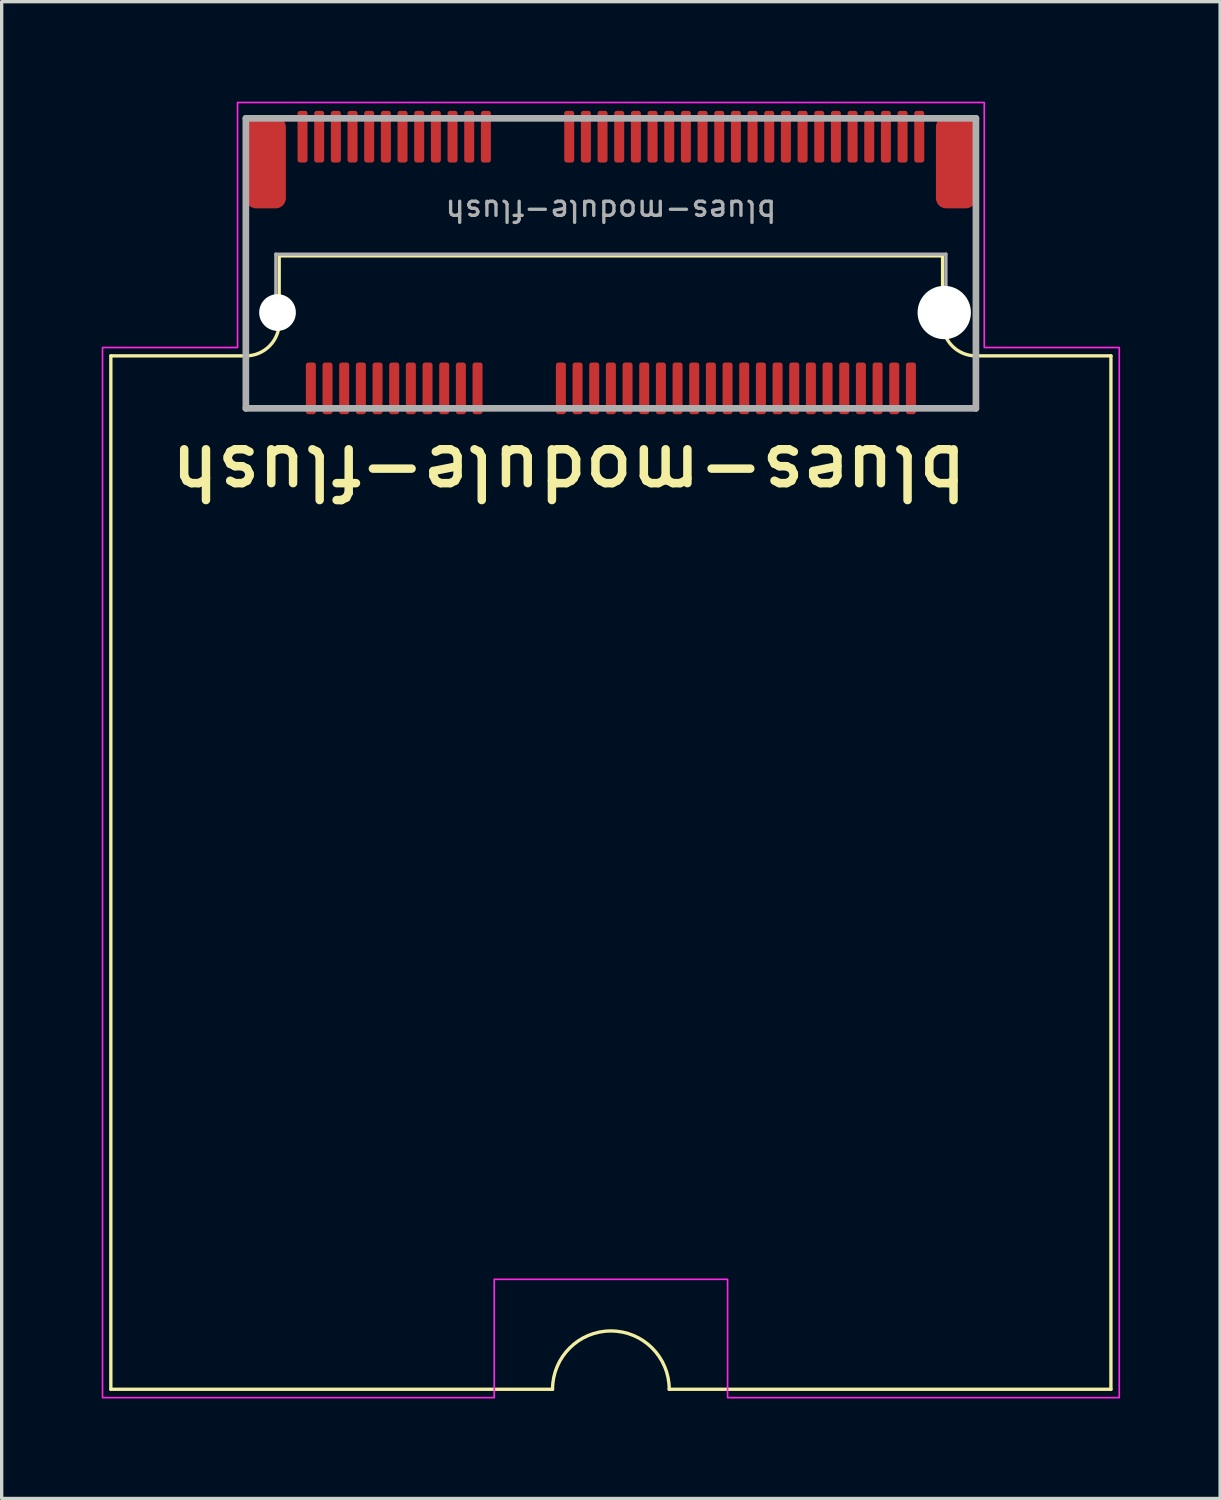
<source format=kicad_pcb>
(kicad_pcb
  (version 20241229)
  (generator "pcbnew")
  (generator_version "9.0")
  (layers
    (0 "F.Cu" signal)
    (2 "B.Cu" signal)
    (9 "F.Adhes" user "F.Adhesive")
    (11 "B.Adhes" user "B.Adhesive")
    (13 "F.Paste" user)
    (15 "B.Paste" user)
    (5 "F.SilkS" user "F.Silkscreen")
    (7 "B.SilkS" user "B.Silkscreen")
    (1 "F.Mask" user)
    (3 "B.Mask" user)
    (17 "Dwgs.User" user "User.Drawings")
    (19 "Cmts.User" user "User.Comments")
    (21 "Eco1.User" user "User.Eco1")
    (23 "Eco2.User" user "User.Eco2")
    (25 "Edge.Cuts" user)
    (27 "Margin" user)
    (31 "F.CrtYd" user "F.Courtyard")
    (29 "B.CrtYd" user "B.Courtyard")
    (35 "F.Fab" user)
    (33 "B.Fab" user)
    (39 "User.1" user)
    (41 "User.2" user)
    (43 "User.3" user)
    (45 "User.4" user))
  (footprint "blues-module-flush"
    (layer "F.Cu")
    (at 15.275 4.825)
    (property "Reference" "blues-module-flush" (at 10.808 5.402 180) (unlocked yes) (layer "F.SilkS") (effects (font (size 1.524 1.524) (thickness 0.254)) (justify left bottom)))
    (fp_line (start -15 2.8) (end -10.95 2.8) (stroke (width 0.1) (type default)) (layer "F.SilkS"))
    (fp_line (start -15 33.8) (end -15 2.8) (stroke (width 0.1) (type default)) (layer "F.SilkS"))
    (fp_line (start -10.95 -1.5) (end -10.95 4.35) (stroke (width 0.15) (type default)) (layer "F.SilkS"))
    (fp_line (start -10.95 4.35) (end -9.25 4.35) (stroke (width 0.15) (type default)) (layer "F.SilkS"))
    (fp_line (start -9.95 -0.2) (end 9.95 -0.2) (stroke (width 0.1) (type default)) (layer "F.SilkS"))
    (fp_line (start -9.95 1.8) (end -9.95 -0.2) (stroke (width 0.1) (type default)) (layer "F.SilkS"))
    (fp_line (start -3.75 4.35) (end -1.75 4.35) (stroke (width 0.15) (type default)) (layer "F.SilkS"))
    (fp_line (start -3.5 -4.35) (end -1.5 -4.35) (stroke (width 0.15) (type default)) (layer "F.SilkS"))
    (fp_line (start -1.75 33.8) (end -15 33.8) (stroke (width 0.1) (type default)) (layer "F.SilkS"))
    (fp_line (start 9.25 4.35) (end 10.95 4.35) (stroke (width 0.15) (type default)) (layer "F.SilkS"))
    (fp_line (start 9.95 -0.2) (end 9.95 1.8) (stroke (width 0.1) (type default)) (layer "F.SilkS"))
    (fp_line (start 10.95 2.8) (end 15 2.8) (stroke (width 0.1) (type default)) (layer "F.SilkS"))
    (fp_line (start 10.95 4.35) (end 10.95 -1.5) (stroke (width 0.15) (type default)) (layer "F.SilkS"))
    (fp_line (start 15 2.8) (end 15 33.8) (stroke (width 0.1) (type default)) (layer "F.SilkS"))
    (fp_line (start 15 33.8) (end 1.75 33.8) (stroke (width 0.1) (type default)) (layer "F.SilkS"))
    (fp_arc (start -9.95 1.8) (mid -10.242893 2.507107) (end -10.95 2.8) (stroke (width 0.1) (type default)) (layer "F.SilkS"))
    (fp_arc (start -1.75 33.8) (mid 0 32.05) (end 1.75 33.8) (stroke (width 0.1) (type default)) (layer "F.SilkS"))
    (fp_arc (start 10.95 2.8) (mid 10.242893 2.507107) (end 9.95 1.8) (stroke (width 0.1) (type default)) (layer "F.SilkS"))
    (fp_poly (pts (xy 15.25 34.05) (xy 3.5 34.05) (xy 3.5 30.5) (xy -3.5 30.5) (xy -3.5 34.05) (xy -15.25 34.05) (xy -15.25 2.55) (xy -11.2 2.55) (xy -11.2 -4.8) (xy 11.2 -4.8) (xy 11.2 2.55) (xy 15.25 2.55)) (stroke (width 0.05) (type solid)) (fill no) (layer "F.CrtYd"))
    (fp_line (start -10.95 -4.326) (end -10.95 4.374) (stroke (width 0.2) (type solid)) (layer "F.Fab"))
    (fp_line (start -10.05 -0.25) (end -10.05 1.5) (stroke (width 0.1) (type default)) (layer "F.Fab"))
    (fp_line (start 10.05 -0.25) (end -10.05 -0.25) (stroke (width 0.1) (type default)) (layer "F.Fab"))
    (fp_line (start 10.05 1.5) (end 10.05 -0.25) (stroke (width 0.1) (type default)) (layer "F.Fab"))
    (fp_line (start 10.95 -4.326) (end -10.95 -4.326) (stroke (width 0.2) (type solid)) (layer "F.Fab"))
    (fp_line (start 10.95 -4.326) (end 10.95 4.374) (stroke (width 0.2) (type solid)) (layer "F.Fab"))
    (fp_line (start 10.95 4.374) (end -10.95 4.374) (stroke (width 0.2) (type solid)) (layer "F.Fab"))
    (fp_text user "${REFERENCE}" (at 0 -1.55 180) (unlocked yes) (layer "F.Fab") (effects (font (size 0.635 0.635) (thickness 0.1))))
    (pad "" smd roundrect (at -10.35 -3) (size 1.2 2.75) (layers "F.Cu" "F.Mask" "F.Paste") (roundrect_rratio 0.25))
    (pad "" np_thru_hole circle (at -10 1.5) (size 1.1 1.1) (drill 1.1) (layers "*.Cu" "*.Mask"))
    (pad "" np_thru_hole circle (at 10 1.5) (size 1.6 1.6) (drill 1.6) (layers "*.Cu" "*.Mask"))
    (pad "" smd roundrect (at 10.35 -3) (size 1.2 2.75) (layers "F.Cu" "F.Mask" "F.Paste") (roundrect_rratio 0.25))
    (pad "1" smd roundrect (at -9.25 -3.775) (size 0.3 1.55) (layers "F.Cu" "F.Mask" "F.Paste") (roundrect_rratio 0.25))
    (pad "2" smd roundrect (at -9 3.775) (size 0.3 1.55) (layers "F.Cu" "F.Mask" "F.Paste") (roundrect_rratio 0.25))
    (pad "3" smd roundrect (at -8.75 -3.775) (size 0.3 1.55) (layers "F.Cu" "F.Mask" "F.Paste") (roundrect_rratio 0.25))
    (pad "4" smd roundrect (at -8.5 3.775) (size 0.3 1.55) (layers "F.Cu" "F.Mask" "F.Paste") (roundrect_rratio 0.25))
    (pad "5" smd roundrect (at -8.25 -3.775) (size 0.3 1.55) (layers "F.Cu" "F.Mask" "F.Paste") (roundrect_rratio 0.25))
    (pad "6" smd roundrect (at -8 3.775) (size 0.3 1.55) (layers "F.Cu" "F.Mask" "F.Paste") (roundrect_rratio 0.25))
    (pad "7" smd roundrect (at -7.75 -3.775) (size 0.3 1.55) (layers "F.Cu" "F.Mask" "F.Paste") (roundrect_rratio 0.25))
    (pad "8" smd roundrect (at -7.5 3.775) (size 0.3 1.55) (layers "F.Cu" "F.Mask" "F.Paste") (roundrect_rratio 0.25))
    (pad "9" smd roundrect (at -7.25 -3.775) (size 0.3 1.55) (layers "F.Cu" "F.Mask" "F.Paste") (roundrect_rratio 0.25))
    (pad "10" smd roundrect (at -7 3.775) (size 0.3 1.55) (layers "F.Cu" "F.Mask" "F.Paste") (roundrect_rratio 0.25))
    (pad "11" smd roundrect (at -6.75 -3.775) (size 0.3 1.55) (layers "F.Cu" "F.Mask" "F.Paste") (roundrect_rratio 0.25))
    (pad "12" smd roundrect (at -6.5 3.775) (size 0.3 1.55) (layers "F.Cu" "F.Mask" "F.Paste") (roundrect_rratio 0.25))
    (pad "13" smd roundrect (at -6.25 -3.775) (size 0.3 1.55) (layers "F.Cu" "F.Mask" "F.Paste") (roundrect_rratio 0.25))
    (pad "14" smd roundrect (at -6 3.775) (size 0.3 1.55) (layers "F.Cu" "F.Mask" "F.Paste") (roundrect_rratio 0.25))
    (pad "15" smd roundrect (at -5.75 -3.775) (size 0.3 1.55) (layers "F.Cu" "F.Mask" "F.Paste") (roundrect_rratio 0.25))
    (pad "16" smd roundrect (at -5.5 3.775) (size 0.3 1.55) (layers "F.Cu" "F.Mask" "F.Paste") (roundrect_rratio 0.25))
    (pad "17" smd roundrect (at -5.25 -3.775) (size 0.3 1.55) (layers "F.Cu" "F.Mask" "F.Paste") (roundrect_rratio 0.25))
    (pad "18" smd roundrect (at -5 3.775) (size 0.3 1.55) (layers "F.Cu" "F.Mask" "F.Paste") (roundrect_rratio 0.25))
    (pad "19" smd roundrect (at -4.75 -3.775) (size 0.3 1.55) (layers "F.Cu" "F.Mask" "F.Paste") (roundrect_rratio 0.25))
    (pad "20" smd roundrect (at -4.5 3.775) (size 0.3 1.55) (layers "F.Cu" "F.Mask" "F.Paste") (roundrect_rratio 0.25))
    (pad "21" smd roundrect (at -4.25 -3.775) (size 0.3 1.55) (layers "F.Cu" "F.Mask" "F.Paste") (roundrect_rratio 0.25))
    (pad "22" smd roundrect (at -4 3.775) (size 0.3 1.55) (layers "F.Cu" "F.Mask" "F.Paste") (roundrect_rratio 0.25))
    (pad "23" smd roundrect (at -3.75 -3.775) (size 0.3 1.55) (layers "F.Cu" "F.Mask" "F.Paste") (roundrect_rratio 0.25))
    (pad "32" smd roundrect (at -1.5 3.775) (size 0.3 1.55) (layers "F.Cu" "F.Mask" "F.Paste") (roundrect_rratio 0.25))
    (pad "33" smd roundrect (at -1.25 -3.775) (size 0.3 1.55) (layers "F.Cu" "F.Mask" "F.Paste") (roundrect_rratio 0.25))
    (pad "34" smd roundrect (at -1 3.775) (size 0.3 1.55) (layers "F.Cu" "F.Mask" "F.Paste") (roundrect_rratio 0.25))
    (pad "35" smd roundrect (at -0.75 -3.775) (size 0.3 1.55) (layers "F.Cu" "F.Mask" "F.Paste") (roundrect_rratio 0.25))
    (pad "36" smd roundrect (at -0.5 3.775) (size 0.3 1.55) (layers "F.Cu" "F.Mask" "F.Paste") (roundrect_rratio 0.25))
    (pad "37" smd roundrect (at -0.25 -3.775) (size 0.3 1.55) (layers "F.Cu" "F.Mask" "F.Paste") (roundrect_rratio 0.25))
    (pad "38" smd roundrect (at 0 3.775) (size 0.3 1.55) (layers "F.Cu" "F.Mask" "F.Paste") (roundrect_rratio 0.25))
    (pad "39" smd roundrect (at 0.25 -3.775) (size 0.3 1.55) (layers "F.Cu" "F.Mask" "F.Paste") (roundrect_rratio 0.25))
    (pad "40" smd roundrect (at 0.5 3.775) (size 0.3 1.55) (layers "F.Cu" "F.Mask" "F.Paste") (roundrect_rratio 0.25))
    (pad "41" smd roundrect (at 0.75 -3.775) (size 0.3 1.55) (layers "F.Cu" "F.Mask" "F.Paste") (roundrect_rratio 0.25))
    (pad "42" smd roundrect (at 1 3.775) (size 0.3 1.55) (layers "F.Cu" "F.Mask" "F.Paste") (roundrect_rratio 0.25))
    (pad "43" smd roundrect (at 1.25 -3.775) (size 0.3 1.55) (layers "F.Cu" "F.Mask" "F.Paste") (roundrect_rratio 0.25))
    (pad "44" smd roundrect (at 1.5 3.775) (size 0.3 1.55) (layers "F.Cu" "F.Mask" "F.Paste") (roundrect_rratio 0.25))
    (pad "45" smd roundrect (at 1.75 -3.775) (size 0.3 1.55) (layers "F.Cu" "F.Mask" "F.Paste") (roundrect_rratio 0.25))
    (pad "46" smd roundrect (at 2 3.775) (size 0.3 1.55) (layers "F.Cu" "F.Mask" "F.Paste") (roundrect_rratio 0.25))
    (pad "47" smd roundrect (at 2.25 -3.775) (size 0.3 1.55) (layers "F.Cu" "F.Mask" "F.Paste") (roundrect_rratio 0.25))
    (pad "48" smd roundrect (at 2.5 3.775) (size 0.3 1.55) (layers "F.Cu" "F.Mask" "F.Paste") (roundrect_rratio 0.25))
    (pad "49" smd roundrect (at 2.75 -3.775) (size 0.3 1.55) (layers "F.Cu" "F.Mask" "F.Paste") (roundrect_rratio 0.25))
    (pad "50" smd roundrect (at 3 3.775) (size 0.3 1.55) (layers "F.Cu" "F.Mask" "F.Paste") (roundrect_rratio 0.25))
    (pad "51" smd roundrect (at 3.25 -3.775) (size 0.3 1.55) (layers "F.Cu" "F.Mask" "F.Paste") (roundrect_rratio 0.25))
    (pad "52" smd roundrect (at 3.5 3.775) (size 0.3 1.55) (layers "F.Cu" "F.Mask" "F.Paste") (roundrect_rratio 0.25))
    (pad "53" smd roundrect (at 3.75 -3.775) (size 0.3 1.55) (layers "F.Cu" "F.Mask" "F.Paste") (roundrect_rratio 0.25))
    (pad "54" smd roundrect (at 4 3.775) (size 0.3 1.55) (layers "F.Cu" "F.Mask" "F.Paste") (roundrect_rratio 0.25))
    (pad "55" smd roundrect (at 4.25 -3.775) (size 0.3 1.55) (layers "F.Cu" "F.Mask" "F.Paste") (roundrect_rratio 0.25))
    (pad "56" smd roundrect (at 4.5 3.775) (size 0.3 1.55) (layers "F.Cu" "F.Mask" "F.Paste") (roundrect_rratio 0.25))
    (pad "57" smd roundrect (at 4.75 -3.775) (size 0.3 1.55) (layers "F.Cu" "F.Mask" "F.Paste") (roundrect_rratio 0.25))
    (pad "58" smd roundrect (at 5 3.775) (size 0.3 1.55) (layers "F.Cu" "F.Mask" "F.Paste") (roundrect_rratio 0.25))
    (pad "59" smd roundrect (at 5.25 -3.775) (size 0.3 1.55) (layers "F.Cu" "F.Mask" "F.Paste") (roundrect_rratio 0.25))
    (pad "60" smd roundrect (at 5.5 3.775) (size 0.3 1.55) (layers "F.Cu" "F.Mask" "F.Paste") (roundrect_rratio 0.25))
    (pad "61" smd roundrect (at 5.75 -3.775) (size 0.3 1.55) (layers "F.Cu" "F.Mask" "F.Paste") (roundrect_rratio 0.25))
    (pad "62" smd roundrect (at 6 3.775) (size 0.3 1.55) (layers "F.Cu" "F.Mask" "F.Paste") (roundrect_rratio 0.25))
    (pad "63" smd roundrect (at 6.25 -3.775) (size 0.3 1.55) (layers "F.Cu" "F.Mask" "F.Paste") (roundrect_rratio 0.25))
    (pad "64" smd roundrect (at 6.5 3.775) (size 0.3 1.55) (layers "F.Cu" "F.Mask" "F.Paste") (roundrect_rratio 0.25))
    (pad "65" smd roundrect (at 6.75 -3.775) (size 0.3 1.55) (layers "F.Cu" "F.Mask" "F.Paste") (roundrect_rratio 0.25))
    (pad "66" smd roundrect (at 7 3.775) (size 0.3 1.55) (layers "F.Cu" "F.Mask" "F.Paste") (roundrect_rratio 0.25))
    (pad "67" smd roundrect (at 7.25 -3.775) (size 0.3 1.55) (layers "F.Cu" "F.Mask" "F.Paste") (roundrect_rratio 0.25))
    (pad "68" smd roundrect (at 7.5 3.775) (size 0.3 1.55) (layers "F.Cu" "F.Mask" "F.Paste") (roundrect_rratio 0.25))
    (pad "69" smd roundrect (at 7.75 -3.775) (size 0.3 1.55) (layers "F.Cu" "F.Mask" "F.Paste") (roundrect_rratio 0.25))
    (pad "70" smd roundrect (at 8 3.775) (size 0.3 1.55) (layers "F.Cu" "F.Mask" "F.Paste") (roundrect_rratio 0.25))
    (pad "71" smd roundrect (at 8.25 -3.775) (size 0.3 1.55) (layers "F.Cu" "F.Mask" "F.Paste") (roundrect_rratio 0.25))
    (pad "72" smd roundrect (at 8.5 3.775) (size 0.3 1.55) (layers "F.Cu" "F.Mask" "F.Paste") (roundrect_rratio 0.25))
    (pad "73" smd roundrect (at 8.75 -3.775) (size 0.3 1.55) (layers "F.Cu" "F.Mask" "F.Paste") (roundrect_rratio 0.25))
    (pad "74" smd roundrect (at 9 3.775) (size 0.3 1.55) (layers "F.Cu" "F.Mask" "F.Paste") (roundrect_rratio 0.25))
    (pad "75" smd roundrect (at 9.25 -3.775) (size 0.3 1.55) (layers "F.Cu" "F.Mask" "F.Paste") (roundrect_rratio 0.25))
    (zone (net_name "") (layer "F.Cu") (name "Notecard Modem") (hatch edge 0.5) (connect_pads) (min_thickness 0.25) (filled_areas_thickness no) (keepout (tracks allowed) (vias allowed) (pads not_allowed) (copperpour allowed) (footprints not_allowed)) (placement (enabled no)) (fill) (polygon (pts (xy 0.275 9.825) (xy 30.275 9.825) (xy 30.275 38.625) (xy 18.775 38.625) (xy 18.725 35.375) (xy 11.775 35.325) (xy 11.775 38.625) (xy 0.275 38.625)))))
  (gr_rect
    (start -3 -3)
    (end 33.55 41.9)
    (stroke (width 0.1) (type default))
    (fill no)
    (layer "Edge.Cuts")))
</source>
